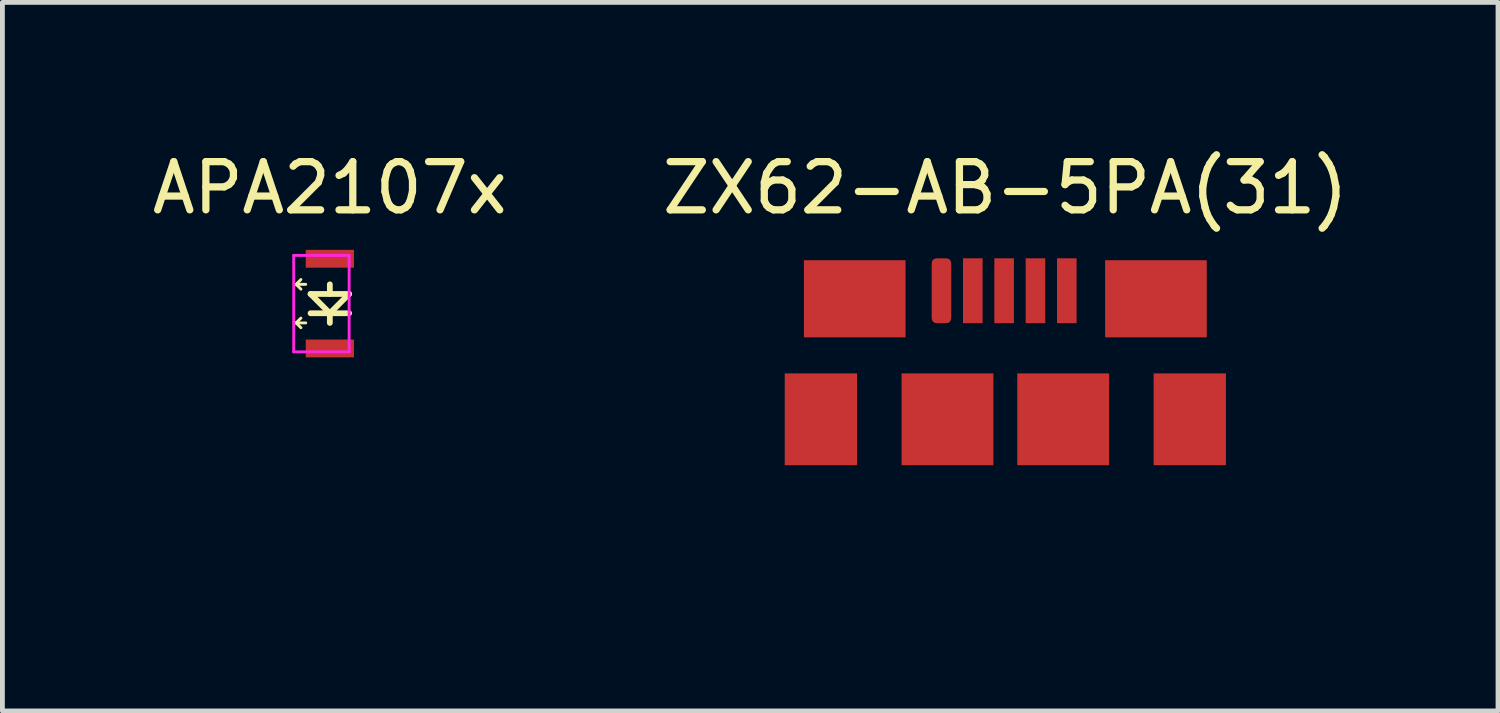
<source format=kicad_pcb>
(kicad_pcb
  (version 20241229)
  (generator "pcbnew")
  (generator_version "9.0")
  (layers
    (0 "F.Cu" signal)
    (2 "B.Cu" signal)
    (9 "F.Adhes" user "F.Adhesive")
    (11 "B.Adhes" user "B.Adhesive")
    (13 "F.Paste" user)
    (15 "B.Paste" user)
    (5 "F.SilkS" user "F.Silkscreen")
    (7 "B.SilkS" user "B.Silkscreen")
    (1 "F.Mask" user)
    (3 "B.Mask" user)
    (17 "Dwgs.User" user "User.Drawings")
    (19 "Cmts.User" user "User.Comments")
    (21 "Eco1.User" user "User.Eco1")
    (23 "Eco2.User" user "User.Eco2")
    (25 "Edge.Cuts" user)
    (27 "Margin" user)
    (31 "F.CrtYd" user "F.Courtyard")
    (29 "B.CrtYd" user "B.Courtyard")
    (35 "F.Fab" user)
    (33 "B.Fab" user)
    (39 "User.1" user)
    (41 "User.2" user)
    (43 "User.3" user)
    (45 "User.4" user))
  (footprint "APA2107x"
    (layer "F.Cu")
    (at 3.792 3.248)
    (property "Reference" "APA2107x" (at 0 -2.4 0) (layer "F.SilkS") (effects (font (size 1 1) (thickness 0.15))))
    (attr through_hole)
    (fp_line (start -0.7 -0.4) (end -0.6 -0.3) (stroke (width 0.06) (type solid)) (layer "F.SilkS"))
    (fp_line (start -0.7 0.4) (end -0.6 0.5) (stroke (width 0.06) (type solid)) (layer "F.SilkS"))
    (fp_line (start -0.6 -0.5) (end -0.7 -0.4) (stroke (width 0.06) (type solid)) (layer "F.SilkS"))
    (fp_line (start -0.6 0.3) (end -0.7 0.4) (stroke (width 0.06) (type solid)) (layer "F.SilkS"))
    (fp_line (start -0.5 -0.4) (end -0.7 -0.4) (stroke (width 0.06) (type solid)) (layer "F.SilkS"))
    (fp_line (start -0.5 0.4) (end -0.7 0.4) (stroke (width 0.06) (type solid)) (layer "F.SilkS"))
    (fp_line (start -0.4 -0.2) (end 0.4 -0.2) (stroke (width 0.12) (type solid)) (layer "F.SilkS"))
    (fp_line (start -0.4 0.2) (end 0.4 0.2) (stroke (width 0.12) (type solid)) (layer "F.SilkS"))
    (fp_line (start 0 -0.2) (end 0 -0.4) (stroke (width 0.12) (type solid)) (layer "F.SilkS"))
    (fp_line (start 0 0.2) (end -0.4 -0.2) (stroke (width 0.12) (type solid)) (layer "F.SilkS"))
    (fp_line (start 0 0.2) (end 0 0.4) (stroke (width 0.12) (type solid)) (layer "F.SilkS"))
    (fp_line (start 0.4 -0.2) (end 0 0.2) (stroke (width 0.12) (type solid)) (layer "F.SilkS"))
    (fp_line (start -0.75 -1) (end -0.75 1) (stroke (width 0.06) (type solid)) (layer "F.CrtYd"))
    (fp_line (start -0.75 1) (end 0.4 1) (stroke (width 0.06) (type solid)) (layer "F.CrtYd"))
    (fp_line (start 0.4 -1) (end -0.75 -1) (stroke (width 0.06) (type solid)) (layer "F.CrtYd"))
    (fp_line (start 0.4 1) (end 0.4 -1) (stroke (width 0.06) (type solid)) (layer "F.CrtYd"))
    (pad "1" smd rect (at 0 0.93 180) (size 1 0.37) (layers "F.Cu" "F.Mask" "F.Paste"))
    (pad "2" smd rect (at 0 -0.93) (size 1 0.37) (layers "F.Cu" "F.Mask" "F.Paste")))
  (footprint "ZX62-AB-5PA(31)"
    (layer "F.Cu")
    (at 17.804 8.448)
    (property "Reference" "ZX62-AB-5PA(31)" (at 0 -7.6 0) (layer "F.SilkS") (effects (font (size 1 1) (thickness 0.15))))
    (attr through_hole)
    (fp_line (start -4.432 0) (end -3.725 0) (stroke (width 0.254) (type solid)) (layer "Eco1.User"))
    (fp_line (start -2.525 -1.2) (end 2.525 -1.2) (stroke (width 0.254) (type solid)) (layer "Eco1.User"))
    (fp_line (start 4.432 0) (end 3.725 0) (stroke (width 0.254) (type solid)) (layer "Eco1.User"))
    (fp_arc (start -3.125 -0.6) (mid -3.300736 -0.175736) (end -3.725 0) (stroke (width 0.254) (type solid)) (layer "Eco1.User"))
    (fp_arc (start -3.125 -0.6) (mid -2.949264 -1.024264) (end -2.525 -1.2) (stroke (width 0.254) (type solid)) (layer "Eco1.User"))
    (fp_arc (start 2.525 -1.2) (mid 2.949264 -1.024264) (end 3.125 -0.6) (stroke (width 0.254) (type solid)) (layer "Eco1.User"))
    (fp_arc (start 3.725 0) (mid 3.300736 -0.175736) (end 3.125 -0.6) (stroke (width 0.254) (type solid)) (layer "Eco1.User"))
    (pad "1" smd roundrect (at -1.325 -5.467 180) (size 0.406 1.346) (layers "F.Cu" "F.Mask") (roundrect_rratio 0.25))
    (pad "2" smd rect (at -0.675 -5.467 180) (size 0.406 1.346) (layers "F.Cu" "F.Mask"))
    (pad "3" smd rect (at -0.025 -5.467 180) (size 0.406 1.346) (layers "F.Cu" "F.Mask"))
    (pad "4" smd rect (at 0.625 -5.467 180) (size 0.406 1.346) (layers "F.Cu" "F.Mask"))
    (pad "5" smd rect (at 1.275 -5.467 180) (size 0.406 1.346) (layers "F.Cu" "F.Mask"))
    (pad "6" smd rect (at -3.826 -2.8) (size 1.5 1.905) (layers "F.Cu" "F.Mask"))
    (pad "6" smd rect (at -3.124 -5.3 180) (size 2.108 1.6) (layers "F.Cu" "F.Mask"))
    (pad "6" smd rect (at -1.2 -2.8) (size 1.905 1.905) (layers "F.Cu" "F.Mask"))
    (pad "6" smd rect (at 1.2 -2.8 270) (size 1.905 1.905) (layers "F.Cu" "F.Mask"))
    (pad "6" smd rect (at 3.124 -5.3) (size 2.108 1.6) (layers "F.Cu" "F.Mask"))
    (pad "6" smd rect (at 3.826 -2.8 180) (size 1.5 1.905) (layers "F.Cu" "F.Mask")))
  (gr_rect
    (start -3 -3)
    (end 28.024 11.698)
    (stroke (width 0.1) (type default))
    (fill no)
    (layer "Edge.Cuts")))
</source>
